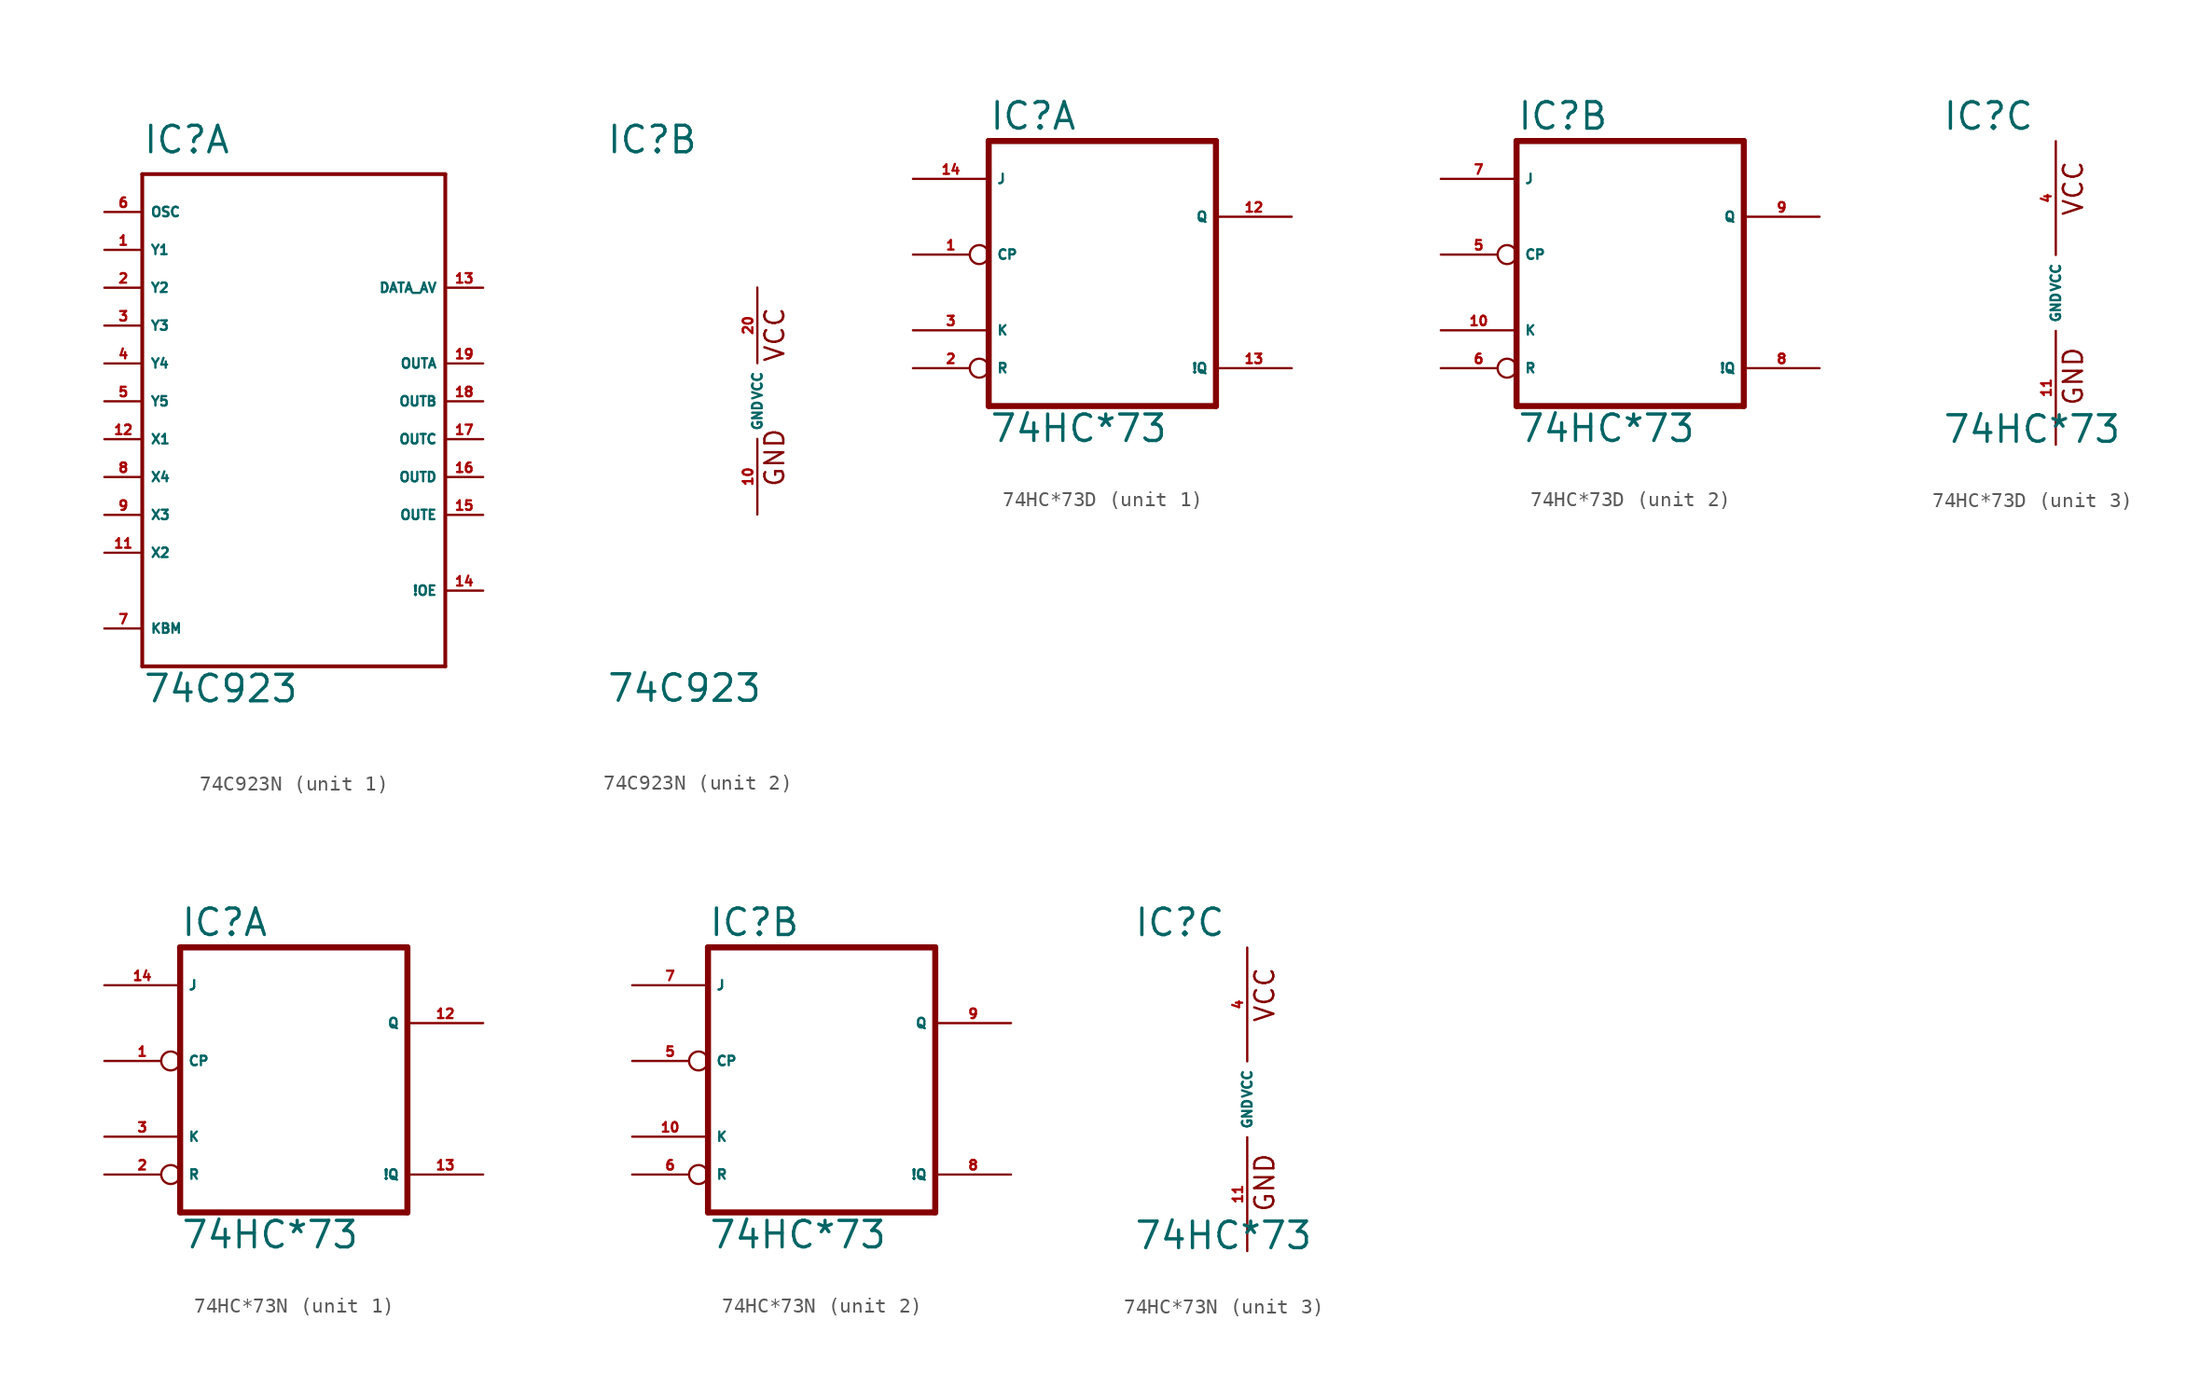
<source format=kicad_sym>
(kicad_symbol_lib
  (version 20220914)
  (generator Eagle2Kicad)
  (symbol "74C923N"
    (property "Reference" "IC"
      (at -10.16 16.51 0)
      (effects (font (size 1.778 1.778) (thickness 0.22)) (justify left bottom)))
    (property "Value" "74C923"
      (at -10.16 -20.32 0)
      (effects (font (size 1.778 1.778) (thickness 0.22)) (justify left bottom)))
    (symbol "74C923N_1_0"
      (polyline (pts (xy -10.16 15.24) (xy 10.16 15.24)) (stroke (width 0.254) (type default)) (fill (type none)))
      (polyline (pts (xy 10.16 15.24) (xy 10.16 -17.78)) (stroke (width 0.254) (type default)) (fill (type none)))
      (polyline (pts (xy 10.16 -17.78) (xy -10.16 -17.78)) (stroke (width 0.254) (type default)) (fill (type none)))
      (polyline (pts (xy -10.16 -17.78) (xy -10.16 15.24)) (stroke (width 0.254) (type default)) (fill (type none)))
      (pin input line (at -12.7 10.16 0) (length 2.54) (name "Y1" (effects (font (size 0.635 0.635) (thickness 0.08)) (justify left bottom))) (number "1" (effects (font (size 0.635 0.635) (thickness 0.08)) (justify left bottom))))
      (pin input line (at -12.7 7.62 0) (length 2.54) (name "Y2" (effects (font (size 0.635 0.635) (thickness 0.08)) (justify left bottom))) (number "2" (effects (font (size 0.635 0.635) (thickness 0.08)) (justify left bottom))))
      (pin input line (at -12.7 5.08 0) (length 2.54) (name "Y3" (effects (font (size 0.635 0.635) (thickness 0.08)) (justify left bottom))) (number "3" (effects (font (size 0.635 0.635) (thickness 0.08)) (justify left bottom))))
      (pin input line (at -12.7 2.54 0) (length 2.54) (name "Y4" (effects (font (size 0.635 0.635) (thickness 0.08)) (justify left bottom))) (number "4" (effects (font (size 0.635 0.635) (thickness 0.08)) (justify left bottom))))
      (pin input line (at -12.7 12.7 0) (length 2.54) (name "OSC" (effects (font (size 0.635 0.635) (thickness 0.08)) (justify left bottom))) (number "6" (effects (font (size 0.635 0.635) (thickness 0.08)) (justify left bottom))))
      (pin input line (at -12.7 -15.24 0) (length 2.54) (name "KBM" (effects (font (size 0.635 0.635) (thickness 0.08)) (justify left bottom))) (number "7" (effects (font (size 0.635 0.635) (thickness 0.08)) (justify left bottom))))
      (pin input line (at -12.7 -2.54 0) (length 2.54) (name "X1" (effects (font (size 0.635 0.635) (thickness 0.08)) (justify left bottom))) (number "12" (effects (font (size 0.635 0.635) (thickness 0.08)) (justify left bottom))))
      (pin input line (at -12.7 -10.16 0) (length 2.54) (name "X2" (effects (font (size 0.635 0.635) (thickness 0.08)) (justify left bottom))) (number "11" (effects (font (size 0.635 0.635) (thickness 0.08)) (justify left bottom))))
      (pin input line (at -12.7 -7.62 0) (length 2.54) (name "X3" (effects (font (size 0.635 0.635) (thickness 0.08)) (justify left bottom))) (number "9" (effects (font (size 0.635 0.635) (thickness 0.08)) (justify left bottom))))
      (pin input line (at -12.7 -5.08 0) (length 2.54) (name "X4" (effects (font (size 0.635 0.635) (thickness 0.08)) (justify left bottom))) (number "8" (effects (font (size 0.635 0.635) (thickness 0.08)) (justify left bottom))))
      (pin output line (at 12.7 7.62 180) (length 2.54) (name "DATA_AV" (effects (font (size 0.635 0.635) (thickness 0.08)) (justify left bottom))) (number "13" (effects (font (size 0.635 0.635) (thickness 0.08)) (justify left bottom))))
      (pin input line (at 12.7 -12.7 180) (length 2.54) (name "!OE" (effects (font (size 0.635 0.635) (thickness 0.08)) (justify left bottom))) (number "14" (effects (font (size 0.635 0.635) (thickness 0.08)) (justify left bottom))))
      (pin output line (at 12.7 2.54 180) (length 2.54) (name "OUTA" (effects (font (size 0.635 0.635) (thickness 0.08)) (justify left bottom))) (number "19" (effects (font (size 0.635 0.635) (thickness 0.08)) (justify left bottom))))
      (pin output line (at 12.7 0 180) (length 2.54) (name "OUTB" (effects (font (size 0.635 0.635) (thickness 0.08)) (justify left bottom))) (number "18" (effects (font (size 0.635 0.635) (thickness 0.08)) (justify left bottom))))
      (pin output line (at 12.7 -2.54 180) (length 2.54) (name "OUTC" (effects (font (size 0.635 0.635) (thickness 0.08)) (justify left bottom))) (number "17" (effects (font (size 0.635 0.635) (thickness 0.08)) (justify left bottom))))
      (pin output line (at 12.7 -5.08 180) (length 2.54) (name "OUTD" (effects (font (size 0.635 0.635) (thickness 0.08)) (justify left bottom))) (number "16" (effects (font (size 0.635 0.635) (thickness 0.08)) (justify left bottom))))
      (pin input line (at -12.7 0 0) (length 2.54) (name "Y5" (effects (font (size 0.635 0.635) (thickness 0.08)) (justify left bottom))) (number "5" (effects (font (size 0.635 0.635) (thickness 0.08)) (justify left bottom))))
      (pin output line (at 12.7 -7.62 180) (length 2.54) (name "OUTE" (effects (font (size 0.635 0.635) (thickness 0.08)) (justify left bottom))) (number "15" (effects (font (size 0.635 0.635) (thickness 0.08)) (justify left bottom)))))
    (symbol "74C923N_2_0"
      (text "GND" (at 1.905 -5.842 900) (effects (font (size 1.27 1.27) (thickness 0.16)) (justify left bottom)))
      (text "VCC" (at 1.905 2.54 900) (effects (font (size 1.27 1.27) (thickness 0.16)) (justify left bottom)))
      (pin unspecified line (at 0 -7.62 90) (length 5.08) (name "GND" (effects (font (size 0.635 0.635) (thickness 0.08)) (justify left bottom))) (number "10" (effects (font (size 0.635 0.635) (thickness 0.08)) (justify left bottom))))
      (pin unspecified line (at 0 7.62 270) (length 5.08) (name "VCC" (effects (font (size 0.635 0.635) (thickness 0.08)) (justify left bottom))) (number "20" (effects (font (size 0.635 0.635) (thickness 0.08)) (justify left bottom))))))
  (symbol "74HC*73D"
    (property "Reference" "IC"
      (at -7.62 10.795 0)
      (effects (font (size 1.778 1.778) (thickness 0.22)) (justify left bottom)))
    (property "Value" "74HC*73"
      (at -7.62 -10.16 0)
      (effects (font (size 1.778 1.778) (thickness 0.22)) (justify left bottom)))
    (symbol "74HC*73D_1_0"
      (polyline (pts (xy -7.62 -7.62) (xy 7.62 -7.62)) (stroke (width 0.406) (type default)) (fill (type none)))
      (polyline (pts (xy 7.62 -7.62) (xy 7.62 10.16)) (stroke (width 0.406) (type default)) (fill (type none)))
      (polyline (pts (xy 7.62 10.16) (xy -7.62 10.16)) (stroke (width 0.406) (type default)) (fill (type none)))
      (polyline (pts (xy -7.62 10.16) (xy -7.62 -7.62)) (stroke (width 0.406) (type default)) (fill (type none)))
      (pin input inverted (at -12.7 2.54 0) (length 5.08) (name "CP" (effects (font (size 0.635 0.635) (thickness 0.08)) (justify left bottom))) (number "1" (effects (font (size 0.635 0.635) (thickness 0.08)) (justify left bottom))))
      (pin input inverted (at -12.7 -5.08 0) (length 5.08) (name "R" (effects (font (size 0.635 0.635) (thickness 0.08)) (justify left bottom))) (number "2" (effects (font (size 0.635 0.635) (thickness 0.08)) (justify left bottom))))
      (pin input line (at -12.7 -2.54 0) (length 5.08) (name "K" (effects (font (size 0.635 0.635) (thickness 0.08)) (justify left bottom))) (number "3" (effects (font (size 0.635 0.635) (thickness 0.08)) (justify left bottom))))
      (pin output line (at 12.7 5.08 180) (length 5.08) (name "Q" (effects (font (size 0.635 0.635) (thickness 0.08)) (justify left bottom))) (number "12" (effects (font (size 0.635 0.635) (thickness 0.08)) (justify left bottom))))
      (pin output line (at 12.7 -5.08 180) (length 5.08) (name "!Q" (effects (font (size 0.635 0.635) (thickness 0.08)) (justify left bottom))) (number "13" (effects (font (size 0.635 0.635) (thickness 0.08)) (justify left bottom))))
      (pin input line (at -12.7 7.62 0) (length 5.08) (name "J" (effects (font (size 0.635 0.635) (thickness 0.08)) (justify left bottom))) (number "14" (effects (font (size 0.635 0.635) (thickness 0.08)) (justify left bottom)))))
    (symbol "74HC*73D_2_0"
      (polyline (pts (xy -7.62 -7.62) (xy 7.62 -7.62)) (stroke (width 0.406) (type default)) (fill (type none)))
      (polyline (pts (xy 7.62 -7.62) (xy 7.62 10.16)) (stroke (width 0.406) (type default)) (fill (type none)))
      (polyline (pts (xy 7.62 10.16) (xy -7.62 10.16)) (stroke (width 0.406) (type default)) (fill (type none)))
      (polyline (pts (xy -7.62 10.16) (xy -7.62 -7.62)) (stroke (width 0.406) (type default)) (fill (type none)))
      (pin input inverted (at -12.7 2.54 0) (length 5.08) (name "CP" (effects (font (size 0.635 0.635) (thickness 0.08)) (justify left bottom))) (number "5" (effects (font (size 0.635 0.635) (thickness 0.08)) (justify left bottom))))
      (pin input inverted (at -12.7 -5.08 0) (length 5.08) (name "R" (effects (font (size 0.635 0.635) (thickness 0.08)) (justify left bottom))) (number "6" (effects (font (size 0.635 0.635) (thickness 0.08)) (justify left bottom))))
      (pin input line (at -12.7 -2.54 0) (length 5.08) (name "K" (effects (font (size 0.635 0.635) (thickness 0.08)) (justify left bottom))) (number "10" (effects (font (size 0.635 0.635) (thickness 0.08)) (justify left bottom))))
      (pin output line (at 12.7 5.08 180) (length 5.08) (name "Q" (effects (font (size 0.635 0.635) (thickness 0.08)) (justify left bottom))) (number "9" (effects (font (size 0.635 0.635) (thickness 0.08)) (justify left bottom))))
      (pin output line (at 12.7 -5.08 180) (length 5.08) (name "!Q" (effects (font (size 0.635 0.635) (thickness 0.08)) (justify left bottom))) (number "8" (effects (font (size 0.635 0.635) (thickness 0.08)) (justify left bottom))))
      (pin input line (at -12.7 7.62 0) (length 5.08) (name "J" (effects (font (size 0.635 0.635) (thickness 0.08)) (justify left bottom))) (number "7" (effects (font (size 0.635 0.635) (thickness 0.08)) (justify left bottom)))))
    (symbol "74HC*73D_3_0"
      (text "GND" (at 1.905 -7.62 900) (effects (font (size 1.27 1.27) (thickness 0.16)) (justify left bottom)))
      (text "VCC" (at 1.905 5.08 900) (effects (font (size 1.27 1.27) (thickness 0.16)) (justify left bottom)))
      (pin unspecified line (at 0 -10.16 90) (length 7.62) (name "GND" (effects (font (size 0.635 0.635) (thickness 0.08)) (justify left bottom))) (number "11" (effects (font (size 0.635 0.635) (thickness 0.08)) (justify left bottom))))
      (pin unspecified line (at 0 10.16 270) (length 7.62) (name "VCC" (effects (font (size 0.635 0.635) (thickness 0.08)) (justify left bottom))) (number "4" (effects (font (size 0.635 0.635) (thickness 0.08)) (justify left bottom))))))
  (symbol "74HC*73N"
    (property "Reference" "IC"
      (at -7.62 10.795 0)
      (effects (font (size 1.778 1.778) (thickness 0.22)) (justify left bottom)))
    (property "Value" "74HC*73"
      (at -7.62 -10.16 0)
      (effects (font (size 1.778 1.778) (thickness 0.22)) (justify left bottom)))
    (symbol "74HC*73N_1_0"
      (polyline (pts (xy -7.62 -7.62) (xy 7.62 -7.62)) (stroke (width 0.406) (type default)) (fill (type none)))
      (polyline (pts (xy 7.62 -7.62) (xy 7.62 10.16)) (stroke (width 0.406) (type default)) (fill (type none)))
      (polyline (pts (xy 7.62 10.16) (xy -7.62 10.16)) (stroke (width 0.406) (type default)) (fill (type none)))
      (polyline (pts (xy -7.62 10.16) (xy -7.62 -7.62)) (stroke (width 0.406) (type default)) (fill (type none)))
      (pin input inverted (at -12.7 2.54 0) (length 5.08) (name "CP" (effects (font (size 0.635 0.635) (thickness 0.08)) (justify left bottom))) (number "1" (effects (font (size 0.635 0.635) (thickness 0.08)) (justify left bottom))))
      (pin input inverted (at -12.7 -5.08 0) (length 5.08) (name "R" (effects (font (size 0.635 0.635) (thickness 0.08)) (justify left bottom))) (number "2" (effects (font (size 0.635 0.635) (thickness 0.08)) (justify left bottom))))
      (pin input line (at -12.7 -2.54 0) (length 5.08) (name "K" (effects (font (size 0.635 0.635) (thickness 0.08)) (justify left bottom))) (number "3" (effects (font (size 0.635 0.635) (thickness 0.08)) (justify left bottom))))
      (pin output line (at 12.7 5.08 180) (length 5.08) (name "Q" (effects (font (size 0.635 0.635) (thickness 0.08)) (justify left bottom))) (number "12" (effects (font (size 0.635 0.635) (thickness 0.08)) (justify left bottom))))
      (pin output line (at 12.7 -5.08 180) (length 5.08) (name "!Q" (effects (font (size 0.635 0.635) (thickness 0.08)) (justify left bottom))) (number "13" (effects (font (size 0.635 0.635) (thickness 0.08)) (justify left bottom))))
      (pin input line (at -12.7 7.62 0) (length 5.08) (name "J" (effects (font (size 0.635 0.635) (thickness 0.08)) (justify left bottom))) (number "14" (effects (font (size 0.635 0.635) (thickness 0.08)) (justify left bottom)))))
    (symbol "74HC*73N_2_0"
      (polyline (pts (xy -7.62 -7.62) (xy 7.62 -7.62)) (stroke (width 0.406) (type default)) (fill (type none)))
      (polyline (pts (xy 7.62 -7.62) (xy 7.62 10.16)) (stroke (width 0.406) (type default)) (fill (type none)))
      (polyline (pts (xy 7.62 10.16) (xy -7.62 10.16)) (stroke (width 0.406) (type default)) (fill (type none)))
      (polyline (pts (xy -7.62 10.16) (xy -7.62 -7.62)) (stroke (width 0.406) (type default)) (fill (type none)))
      (pin input inverted (at -12.7 2.54 0) (length 5.08) (name "CP" (effects (font (size 0.635 0.635) (thickness 0.08)) (justify left bottom))) (number "5" (effects (font (size 0.635 0.635) (thickness 0.08)) (justify left bottom))))
      (pin input inverted (at -12.7 -5.08 0) (length 5.08) (name "R" (effects (font (size 0.635 0.635) (thickness 0.08)) (justify left bottom))) (number "6" (effects (font (size 0.635 0.635) (thickness 0.08)) (justify left bottom))))
      (pin input line (at -12.7 -2.54 0) (length 5.08) (name "K" (effects (font (size 0.635 0.635) (thickness 0.08)) (justify left bottom))) (number "10" (effects (font (size 0.635 0.635) (thickness 0.08)) (justify left bottom))))
      (pin output line (at 12.7 5.08 180) (length 5.08) (name "Q" (effects (font (size 0.635 0.635) (thickness 0.08)) (justify left bottom))) (number "9" (effects (font (size 0.635 0.635) (thickness 0.08)) (justify left bottom))))
      (pin output line (at 12.7 -5.08 180) (length 5.08) (name "!Q" (effects (font (size 0.635 0.635) (thickness 0.08)) (justify left bottom))) (number "8" (effects (font (size 0.635 0.635) (thickness 0.08)) (justify left bottom))))
      (pin input line (at -12.7 7.62 0) (length 5.08) (name "J" (effects (font (size 0.635 0.635) (thickness 0.08)) (justify left bottom))) (number "7" (effects (font (size 0.635 0.635) (thickness 0.08)) (justify left bottom)))))
    (symbol "74HC*73N_3_0"
      (text "GND" (at 1.905 -7.62 900) (effects (font (size 1.27 1.27) (thickness 0.16)) (justify left bottom)))
      (text "VCC" (at 1.905 5.08 900) (effects (font (size 1.27 1.27) (thickness 0.16)) (justify left bottom)))
      (pin unspecified line (at 0 -10.16 90) (length 7.62) (name "GND" (effects (font (size 0.635 0.635) (thickness 0.08)) (justify left bottom))) (number "11" (effects (font (size 0.635 0.635) (thickness 0.08)) (justify left bottom))))
      (pin unspecified line (at 0 10.16 270) (length 7.62) (name "VCC" (effects (font (size 0.635 0.635) (thickness 0.08)) (justify left bottom))) (number "4" (effects (font (size 0.635 0.635) (thickness 0.08)) (justify left bottom)))))))
</source>
